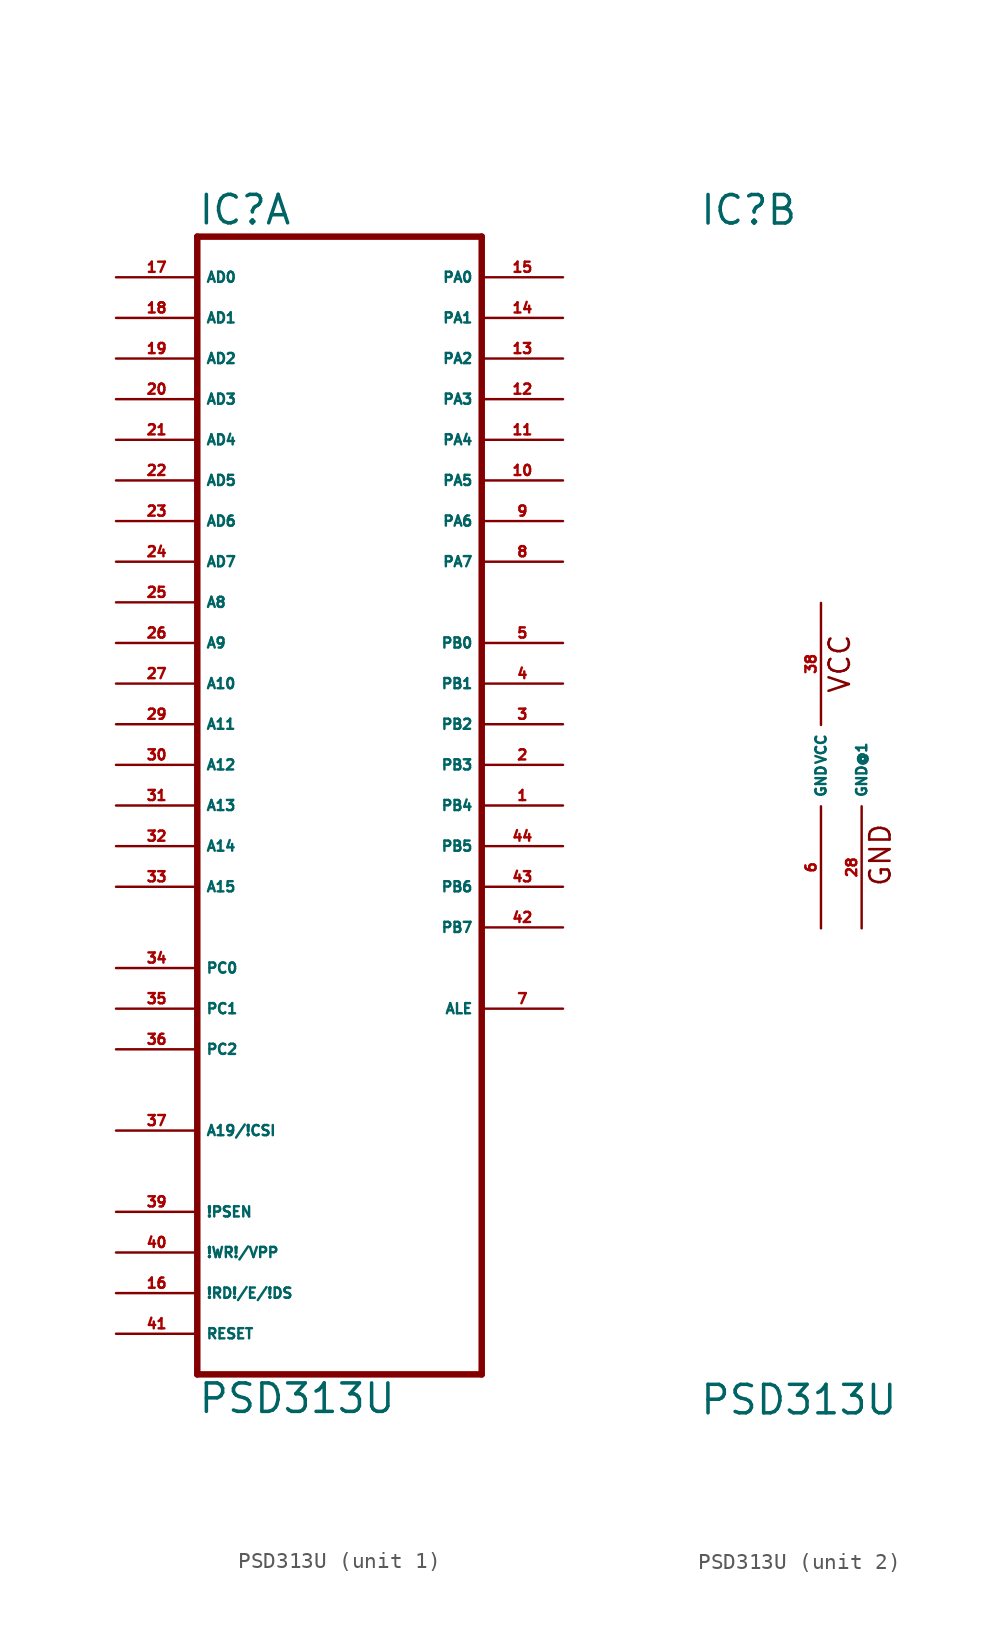
<source format=kicad_sym>
(kicad_symbol_lib
  (version 20220914)
  (generator Eagle2Kicad)
  (symbol "PSD313U"
    (property "Reference" "IC"
      (at -7.62 33.655 0)
      (effects (font (size 1.778 1.778) (thickness 0.22)) (justify left bottom)))
    (property "Value" "PSD313U"
      (at -7.62 -40.64 0)
      (effects (font (size 1.778 1.778) (thickness 0.22)) (justify left bottom)))
    (symbol "PSD313U_1_0"
      (polyline (pts (xy -7.62 -38.1) (xy 10.16 -38.1)) (stroke (width 0.406) (type default)) (fill (type none)))
      (polyline (pts (xy 10.16 -38.1) (xy 10.16 33.02)) (stroke (width 0.406) (type default)) (fill (type none)))
      (polyline (pts (xy 10.16 33.02) (xy -7.62 33.02)) (stroke (width 0.406) (type default)) (fill (type none)))
      (polyline (pts (xy -7.62 33.02) (xy -7.62 -38.1)) (stroke (width 0.406) (type default)) (fill (type none)))
      (pin input line (at -12.7 30.48 0) (length 5.08) (name "AD0" (effects (font (size 0.635 0.635) (thickness 0.08)) (justify left bottom))) (number "17" (effects (font (size 0.635 0.635) (thickness 0.08)) (justify left bottom))))
      (pin input line (at -12.7 27.94 0) (length 5.08) (name "AD1" (effects (font (size 0.635 0.635) (thickness 0.08)) (justify left bottom))) (number "18" (effects (font (size 0.635 0.635) (thickness 0.08)) (justify left bottom))))
      (pin input line (at -12.7 25.4 0) (length 5.08) (name "AD2" (effects (font (size 0.635 0.635) (thickness 0.08)) (justify left bottom))) (number "19" (effects (font (size 0.635 0.635) (thickness 0.08)) (justify left bottom))))
      (pin input line (at -12.7 22.86 0) (length 5.08) (name "AD3" (effects (font (size 0.635 0.635) (thickness 0.08)) (justify left bottom))) (number "20" (effects (font (size 0.635 0.635) (thickness 0.08)) (justify left bottom))))
      (pin input line (at -12.7 20.32 0) (length 5.08) (name "AD4" (effects (font (size 0.635 0.635) (thickness 0.08)) (justify left bottom))) (number "21" (effects (font (size 0.635 0.635) (thickness 0.08)) (justify left bottom))))
      (pin input line (at -12.7 17.78 0) (length 5.08) (name "AD5" (effects (font (size 0.635 0.635) (thickness 0.08)) (justify left bottom))) (number "22" (effects (font (size 0.635 0.635) (thickness 0.08)) (justify left bottom))))
      (pin input line (at -12.7 15.24 0) (length 5.08) (name "AD6" (effects (font (size 0.635 0.635) (thickness 0.08)) (justify left bottom))) (number "23" (effects (font (size 0.635 0.635) (thickness 0.08)) (justify left bottom))))
      (pin input line (at -12.7 12.7 0) (length 5.08) (name "AD7" (effects (font (size 0.635 0.635) (thickness 0.08)) (justify left bottom))) (number "24" (effects (font (size 0.635 0.635) (thickness 0.08)) (justify left bottom))))
      (pin input line (at -12.7 10.16 0) (length 5.08) (name "A8" (effects (font (size 0.635 0.635) (thickness 0.08)) (justify left bottom))) (number "25" (effects (font (size 0.635 0.635) (thickness 0.08)) (justify left bottom))))
      (pin input line (at -12.7 7.62 0) (length 5.08) (name "A9" (effects (font (size 0.635 0.635) (thickness 0.08)) (justify left bottom))) (number "26" (effects (font (size 0.635 0.635) (thickness 0.08)) (justify left bottom))))
      (pin input line (at -12.7 5.08 0) (length 5.08) (name "A10" (effects (font (size 0.635 0.635) (thickness 0.08)) (justify left bottom))) (number "27" (effects (font (size 0.635 0.635) (thickness 0.08)) (justify left bottom))))
      (pin input line (at -12.7 2.54 0) (length 5.08) (name "A11" (effects (font (size 0.635 0.635) (thickness 0.08)) (justify left bottom))) (number "29" (effects (font (size 0.635 0.635) (thickness 0.08)) (justify left bottom))))
      (pin input line (at -12.7 0 0) (length 5.08) (name "A12" (effects (font (size 0.635 0.635) (thickness 0.08)) (justify left bottom))) (number "30" (effects (font (size 0.635 0.635) (thickness 0.08)) (justify left bottom))))
      (pin input line (at -12.7 -2.54 0) (length 5.08) (name "A13" (effects (font (size 0.635 0.635) (thickness 0.08)) (justify left bottom))) (number "31" (effects (font (size 0.635 0.635) (thickness 0.08)) (justify left bottom))))
      (pin input line (at -12.7 -5.08 0) (length 5.08) (name "A14" (effects (font (size 0.635 0.635) (thickness 0.08)) (justify left bottom))) (number "32" (effects (font (size 0.635 0.635) (thickness 0.08)) (justify left bottom))))
      (pin input line (at -12.7 -7.62 0) (length 5.08) (name "A15" (effects (font (size 0.635 0.635) (thickness 0.08)) (justify left bottom))) (number "33" (effects (font (size 0.635 0.635) (thickness 0.08)) (justify left bottom))))
      (pin input line (at -12.7 -12.7 0) (length 5.08) (name "PC0" (effects (font (size 0.635 0.635) (thickness 0.08)) (justify left bottom))) (number "34" (effects (font (size 0.635 0.635) (thickness 0.08)) (justify left bottom))))
      (pin input line (at -12.7 -15.24 0) (length 5.08) (name "PC1" (effects (font (size 0.635 0.635) (thickness 0.08)) (justify left bottom))) (number "35" (effects (font (size 0.635 0.635) (thickness 0.08)) (justify left bottom))))
      (pin input line (at -12.7 -17.78 0) (length 5.08) (name "PC2" (effects (font (size 0.635 0.635) (thickness 0.08)) (justify left bottom))) (number "36" (effects (font (size 0.635 0.635) (thickness 0.08)) (justify left bottom))))
      (pin input line (at -12.7 -22.86 0) (length 5.08) (name "A19/!CSI" (effects (font (size 0.635 0.635) (thickness 0.08)) (justify left bottom))) (number "37" (effects (font (size 0.635 0.635) (thickness 0.08)) (justify left bottom))))
      (pin bidirectional line (at 15.24 30.48 180) (length 5.08) (name "PA0" (effects (font (size 0.635 0.635) (thickness 0.08)) (justify left bottom))) (number "15" (effects (font (size 0.635 0.635) (thickness 0.08)) (justify left bottom))))
      (pin bidirectional line (at 15.24 27.94 180) (length 5.08) (name "PA1" (effects (font (size 0.635 0.635) (thickness 0.08)) (justify left bottom))) (number "14" (effects (font (size 0.635 0.635) (thickness 0.08)) (justify left bottom))))
      (pin bidirectional line (at 15.24 25.4 180) (length 5.08) (name "PA2" (effects (font (size 0.635 0.635) (thickness 0.08)) (justify left bottom))) (number "13" (effects (font (size 0.635 0.635) (thickness 0.08)) (justify left bottom))))
      (pin bidirectional line (at 15.24 22.86 180) (length 5.08) (name "PA3" (effects (font (size 0.635 0.635) (thickness 0.08)) (justify left bottom))) (number "12" (effects (font (size 0.635 0.635) (thickness 0.08)) (justify left bottom))))
      (pin bidirectional line (at 15.24 20.32 180) (length 5.08) (name "PA4" (effects (font (size 0.635 0.635) (thickness 0.08)) (justify left bottom))) (number "11" (effects (font (size 0.635 0.635) (thickness 0.08)) (justify left bottom))))
      (pin bidirectional line (at 15.24 17.78 180) (length 5.08) (name "PA5" (effects (font (size 0.635 0.635) (thickness 0.08)) (justify left bottom))) (number "10" (effects (font (size 0.635 0.635) (thickness 0.08)) (justify left bottom))))
      (pin bidirectional line (at 15.24 15.24 180) (length 5.08) (name "PA6" (effects (font (size 0.635 0.635) (thickness 0.08)) (justify left bottom))) (number "9" (effects (font (size 0.635 0.635) (thickness 0.08)) (justify left bottom))))
      (pin bidirectional line (at 15.24 12.7 180) (length 5.08) (name "PA7" (effects (font (size 0.635 0.635) (thickness 0.08)) (justify left bottom))) (number "8" (effects (font (size 0.635 0.635) (thickness 0.08)) (justify left bottom))))
      (pin output line (at 15.24 7.62 180) (length 5.08) (name "PB0" (effects (font (size 0.635 0.635) (thickness 0.08)) (justify left bottom))) (number "5" (effects (font (size 0.635 0.635) (thickness 0.08)) (justify left bottom))))
      (pin output line (at 15.24 5.08 180) (length 5.08) (name "PB1" (effects (font (size 0.635 0.635) (thickness 0.08)) (justify left bottom))) (number "4" (effects (font (size 0.635 0.635) (thickness 0.08)) (justify left bottom))))
      (pin output line (at 15.24 2.54 180) (length 5.08) (name "PB2" (effects (font (size 0.635 0.635) (thickness 0.08)) (justify left bottom))) (number "3" (effects (font (size 0.635 0.635) (thickness 0.08)) (justify left bottom))))
      (pin output line (at 15.24 0 180) (length 5.08) (name "PB3" (effects (font (size 0.635 0.635) (thickness 0.08)) (justify left bottom))) (number "2" (effects (font (size 0.635 0.635) (thickness 0.08)) (justify left bottom))))
      (pin output line (at 15.24 -2.54 180) (length 5.08) (name "PB4" (effects (font (size 0.635 0.635) (thickness 0.08)) (justify left bottom))) (number "1" (effects (font (size 0.635 0.635) (thickness 0.08)) (justify left bottom))))
      (pin output line (at 15.24 -5.08 180) (length 5.08) (name "PB5" (effects (font (size 0.635 0.635) (thickness 0.08)) (justify left bottom))) (number "44" (effects (font (size 0.635 0.635) (thickness 0.08)) (justify left bottom))))
      (pin output line (at 15.24 -7.62 180) (length 5.08) (name "PB6" (effects (font (size 0.635 0.635) (thickness 0.08)) (justify left bottom))) (number "43" (effects (font (size 0.635 0.635) (thickness 0.08)) (justify left bottom))))
      (pin output line (at 15.24 -10.16 180) (length 5.08) (name "PB7" (effects (font (size 0.635 0.635) (thickness 0.08)) (justify left bottom))) (number "42" (effects (font (size 0.635 0.635) (thickness 0.08)) (justify left bottom))))
      (pin output line (at 15.24 -15.24 180) (length 5.08) (name "ALE" (effects (font (size 0.635 0.635) (thickness 0.08)) (justify left bottom))) (number "7" (effects (font (size 0.635 0.635) (thickness 0.08)) (justify left bottom))))
      (pin input line (at -12.7 -27.94 0) (length 5.08) (name "!PSEN" (effects (font (size 0.635 0.635) (thickness 0.08)) (justify left bottom))) (number "39" (effects (font (size 0.635 0.635) (thickness 0.08)) (justify left bottom))))
      (pin input line (at -12.7 -30.48 0) (length 5.08) (name "!WR!/VPP" (effects (font (size 0.635 0.635) (thickness 0.08)) (justify left bottom))) (number "40" (effects (font (size 0.635 0.635) (thickness 0.08)) (justify left bottom))))
      (pin input line (at -12.7 -33.02 0) (length 5.08) (name "!RD!/E/!DS" (effects (font (size 0.635 0.635) (thickness 0.08)) (justify left bottom))) (number "16" (effects (font (size 0.635 0.635) (thickness 0.08)) (justify left bottom))))
      (pin input line (at -12.7 -35.56 0) (length 5.08) (name "RESET" (effects (font (size 0.635 0.635) (thickness 0.08)) (justify left bottom))) (number "41" (effects (font (size 0.635 0.635) (thickness 0.08)) (justify left bottom)))))
    (symbol "PSD313U_2_0"
      (text "VCC" (at 1.905 4.445 900) (effects (font (size 1.27 1.27) (thickness 0.16)) (justify left bottom)))
      (text "GND" (at 4.445 -7.62 900) (effects (font (size 1.27 1.27) (thickness 0.16)) (justify left bottom)))
      (pin unspecified line (at 0 10.16 270) (length 7.62) (name "VCC" (effects (font (size 0.635 0.635) (thickness 0.08)) (justify left bottom))) (number "38" (effects (font (size 0.635 0.635) (thickness 0.08)) (justify left bottom))))
      (pin unspecified line (at 0 -10.16 90) (length 7.62) (name "GND" (effects (font (size 0.635 0.635) (thickness 0.08)) (justify left bottom))) (number "6" (effects (font (size 0.635 0.635) (thickness 0.08)) (justify left bottom))))
      (pin unspecified line (at 2.54 -10.16 90) (length 7.62) (name "GND@1" (effects (font (size 0.635 0.635) (thickness 0.08)) (justify left bottom))) (number "28" (effects (font (size 0.635 0.635) (thickness 0.08)) (justify left bottom)))))))
</source>
